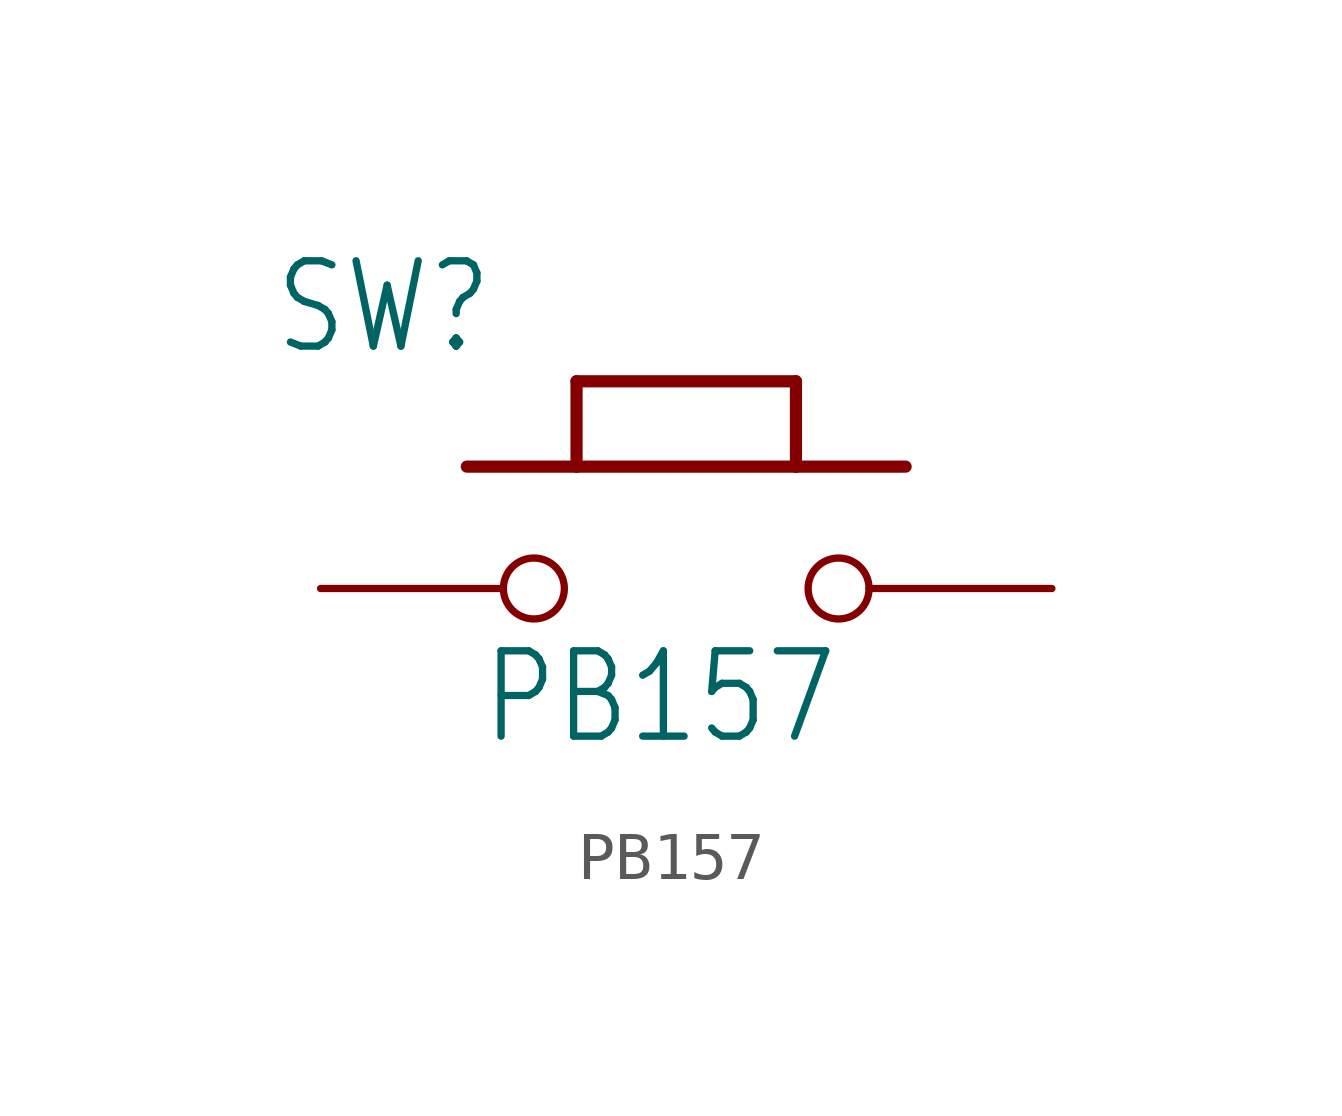
<source format=kicad_sym>
(kicad_symbol_lib
  (version 20211014)
  (generator kicad_symbol_editor)
  (symbol "PB157"
    (property "Reference" "SW"
      (at -8.636 4.826 0)
      (effects (font (size 1.778 1.511)) (justify left bottom)))
    (property "Value" "PB157"
      (at -4.318 -3.302 0)
      (effects (font (size 1.778 1.511)) (justify left bottom)))
    (property "ki_locked" ""
      (at 0 0 0)
      (effects (font (size 1.27 1.27))))
    (symbol "PB157_1_0"
      (polyline (pts (xy -4.572 2.54) (xy -2.286 2.54)) (stroke (width 0.254) (type default) (color 0 0 0 0)) (fill (type none)))
      (polyline (pts (xy -2.286 2.54) (xy -2.286 4.318)) (stroke (width 0.254) (type default) (color 0 0 0 0)) (fill (type none)))
      (polyline (pts (xy -2.286 2.54) (xy 2.286 2.54)) (stroke (width 0.254) (type default) (color 0 0 0 0)) (fill (type none)))
      (polyline (pts (xy -2.286 4.318) (xy 2.286 4.318)) (stroke (width 0.254) (type default) (color 0 0 0 0)) (fill (type none)))
      (polyline (pts (xy 2.286 2.54) (xy 4.572 2.54)) (stroke (width 0.254) (type default) (color 0 0 0 0)) (fill (type none)))
      (polyline (pts (xy 2.286 4.318) (xy 2.286 2.54)) (stroke (width 0.254) (type default) (color 0 0 0 0)) (fill (type none)))
      (pin passive inverted (at -7.62 0 0) (length 5.08) (name "1" (effects (font (size 0 0)))) (number "1" (effects (font (size 0 0)))))
      (pin passive inverted (at 7.62 0 180) (length 5.08) (name "2" (effects (font (size 0 0)))) (number "2" (effects (font (size 0 0))))))))
</source>
